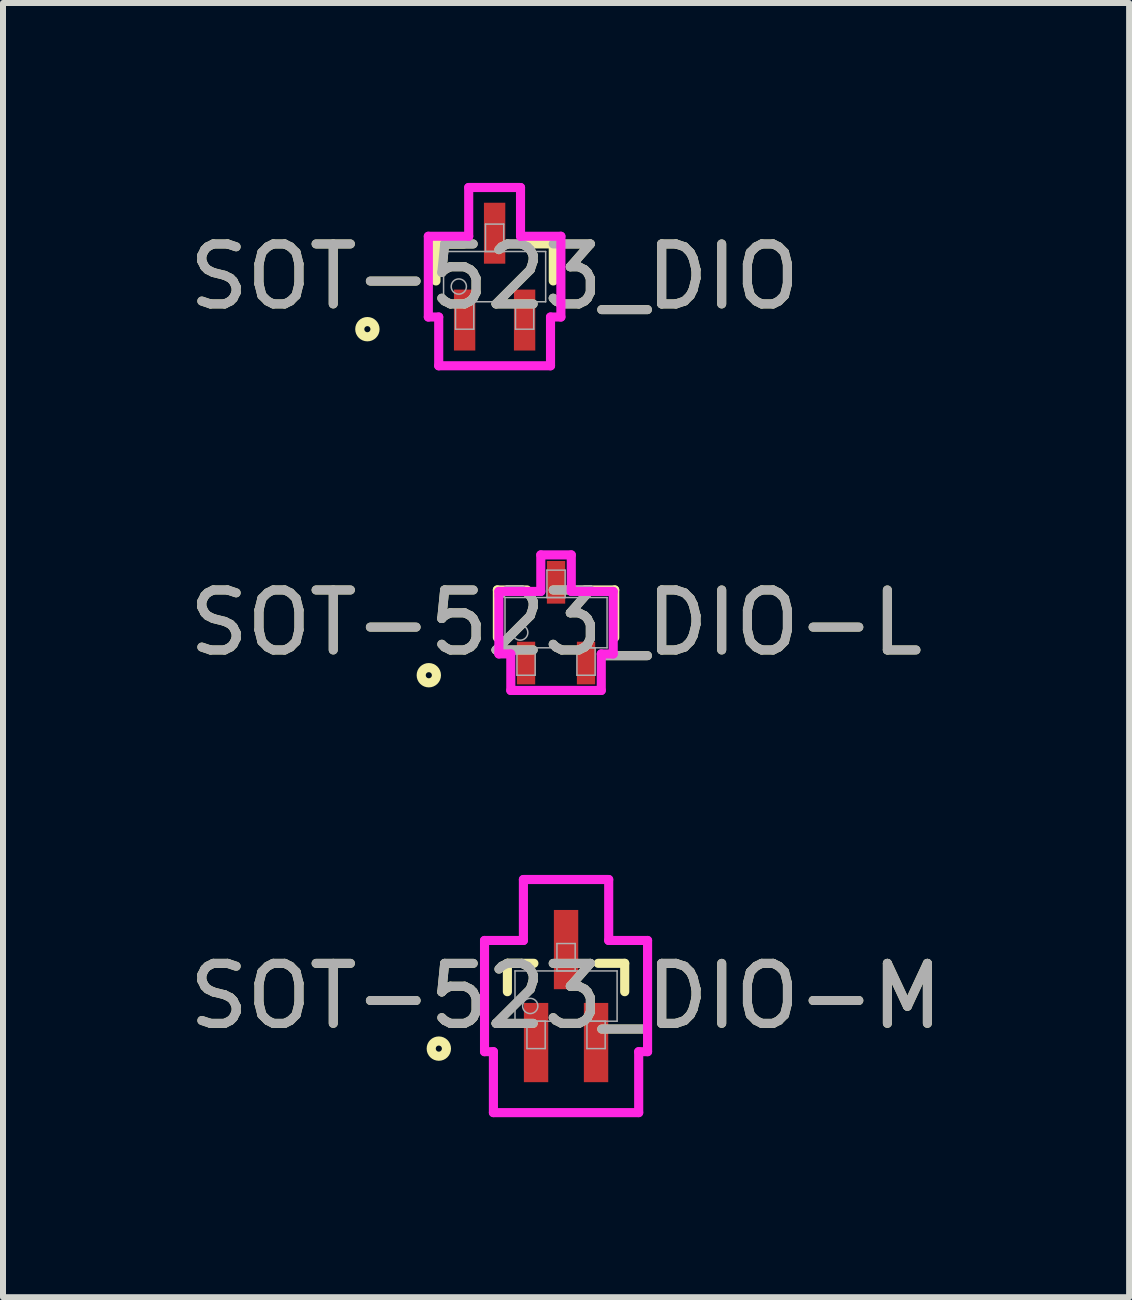
<source format=kicad_pcb>
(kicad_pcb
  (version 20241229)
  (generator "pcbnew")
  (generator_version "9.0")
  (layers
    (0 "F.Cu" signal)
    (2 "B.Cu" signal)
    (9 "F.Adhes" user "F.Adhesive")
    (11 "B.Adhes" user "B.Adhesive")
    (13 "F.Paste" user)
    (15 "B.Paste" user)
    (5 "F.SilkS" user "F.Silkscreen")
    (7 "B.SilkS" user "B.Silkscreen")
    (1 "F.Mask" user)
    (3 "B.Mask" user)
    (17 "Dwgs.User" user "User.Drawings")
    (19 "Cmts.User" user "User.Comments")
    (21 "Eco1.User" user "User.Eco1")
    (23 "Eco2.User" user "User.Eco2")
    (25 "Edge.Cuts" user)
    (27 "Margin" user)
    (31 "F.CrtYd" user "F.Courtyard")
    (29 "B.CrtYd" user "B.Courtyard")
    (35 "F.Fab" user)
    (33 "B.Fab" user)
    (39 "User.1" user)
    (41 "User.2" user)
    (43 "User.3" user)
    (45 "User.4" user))
  (footprint "SOT-523_DIO"
    (layer "F.Cu")
    (at 5.196 1.562)
    (property "Reference" "SOT-523_DIO" (at 0 0 0) (unlocked yes) (layer "F.SilkS") (effects (font (size 1 1) (thickness 0.15))))
    (attr smd)
    (fp_line (start -0.978 -0.546) (end -0.978 0.072) (stroke (width 0.152) (type solid)) (layer "F.SilkS"))
    (fp_line (start -0.511 -0.546) (end -0.978 -0.546) (stroke (width 0.152) (type solid)) (layer "F.SilkS"))
    (fp_line (start 0.978 -0.546) (end 0.511 -0.546) (stroke (width 0.152) (type solid)) (layer "F.SilkS"))
    (fp_line (start 0.978 0.072) (end 0.978 -0.546) (stroke (width 0.152) (type solid)) (layer "F.SilkS"))
    (fp_circle (center -2.121 0.876) (end -1.994 0.876) (stroke (width 0.152) (type solid)) (fill no) (layer "F.SilkS"))
    (fp_line (start -1.105 -0.673) (end -0.432 -0.673) (stroke (width 0.152) (type solid)) (layer "F.CrtYd"))
    (fp_line (start -1.105 0.673) (end -1.105 -0.673) (stroke (width 0.152) (type solid)) (layer "F.CrtYd"))
    (fp_line (start -1.105 0.673) (end -0.932 0.673) (stroke (width 0.152) (type solid)) (layer "F.CrtYd"))
    (fp_line (start -0.932 0.673) (end -0.932 1.486) (stroke (width 0.152) (type solid)) (layer "F.CrtYd"))
    (fp_line (start -0.932 1.486) (end 0.932 1.486) (stroke (width 0.152) (type solid)) (layer "F.CrtYd"))
    (fp_line (start -0.432 -1.486) (end 0.432 -1.486) (stroke (width 0.152) (type solid)) (layer "F.CrtYd"))
    (fp_line (start -0.432 -0.673) (end -0.432 -1.486) (stroke (width 0.152) (type solid)) (layer "F.CrtYd"))
    (fp_line (start 0.432 -0.673) (end 0.432 -1.486) (stroke (width 0.152) (type solid)) (layer "F.CrtYd"))
    (fp_line (start 0.932 0.673) (end 0.932 1.486) (stroke (width 0.152) (type solid)) (layer "F.CrtYd"))
    (fp_line (start 1.105 -0.673) (end 0.432 -0.673) (stroke (width 0.152) (type solid)) (layer "F.CrtYd"))
    (fp_line (start 1.105 -0.673) (end 1.105 0.673) (stroke (width 0.152) (type solid)) (layer "F.CrtYd"))
    (fp_line (start 1.105 0.673) (end 0.932 0.673) (stroke (width 0.152) (type solid)) (layer "F.CrtYd"))
    (fp_line (start -0.851 -0.419) (end -0.851 0.419) (stroke (width 0.025) (type solid)) (layer "F.Fab"))
    (fp_line (start -0.851 0.419) (end 0.851 0.419) (stroke (width 0.025) (type solid)) (layer "F.Fab"))
    (fp_line (start -0.652 0.419) (end -0.652 0.876) (stroke (width 0.025) (type solid)) (layer "F.Fab"))
    (fp_line (start -0.652 0.876) (end -0.348 0.876) (stroke (width 0.025) (type solid)) (layer "F.Fab"))
    (fp_line (start -0.348 0.419) (end -0.652 0.419) (stroke (width 0.025) (type solid)) (layer "F.Fab"))
    (fp_line (start -0.348 0.876) (end -0.348 0.419) (stroke (width 0.025) (type solid)) (layer "F.Fab"))
    (fp_line (start -0.152 -0.876) (end -0.152 -0.419) (stroke (width 0.025) (type solid)) (layer "F.Fab"))
    (fp_line (start -0.152 -0.419) (end 0.152 -0.419) (stroke (width 0.025) (type solid)) (layer "F.Fab"))
    (fp_line (start 0.152 -0.876) (end -0.152 -0.876) (stroke (width 0.025) (type solid)) (layer "F.Fab"))
    (fp_line (start 0.152 -0.419) (end 0.152 -0.876) (stroke (width 0.025) (type solid)) (layer "F.Fab"))
    (fp_line (start 0.348 0.419) (end 0.348 0.876) (stroke (width 0.025) (type solid)) (layer "F.Fab"))
    (fp_line (start 0.348 0.876) (end 0.652 0.876) (stroke (width 0.025) (type solid)) (layer "F.Fab"))
    (fp_line (start 0.652 0.419) (end 0.348 0.419) (stroke (width 0.025) (type solid)) (layer "F.Fab"))
    (fp_line (start 0.652 0.876) (end 0.652 0.419) (stroke (width 0.025) (type solid)) (layer "F.Fab"))
    (fp_line (start 0.851 -0.419) (end -0.851 -0.419) (stroke (width 0.025) (type solid)) (layer "F.Fab"))
    (fp_line (start 0.851 0.419) (end 0.851 -0.419) (stroke (width 0.025) (type solid)) (layer "F.Fab"))
    (fp_circle (center -0.597 0.165) (end -0.47 0.165) (stroke (width 0.025) (type solid)) (fill no) (layer "F.Fab"))
    (fp_text user "${REFERENCE}" (at 0 0 0) (unlocked yes) (layer "F.Fab") (effects (font (size 1 1) (thickness 0.15))))
    (pad "1" smd rect (at -0.5 0.724) (size 0.356 1.016) (layers "F.Cu" "F.Mask" "F.Paste"))
    (pad "2" smd rect (at 0.5 0.724) (size 0.356 1.016) (layers "F.Cu" "F.Mask" "F.Paste"))
    (pad "3" smd rect (at 0 -0.724) (size 0.356 1.016) (layers "F.Cu" "F.Mask" "F.Paste")))
  (footprint "SOT-523_DIO-M"
    (layer "F.Cu")
    (at 6.387 13.556)
    (property "Reference" "SOT-523_DIO-M" (at 0 0 0) (unlocked yes) (layer "F.SilkS") (effects (font (size 1 1) (thickness 0.15))))
    (attr smd)
    (fp_line (start -0.978 -0.546) (end -0.978 -0.073) (stroke (width 0.152) (type solid)) (layer "F.SilkS"))
    (fp_line (start -0.536 -0.546) (end -0.978 -0.546) (stroke (width 0.152) (type solid)) (layer "F.SilkS"))
    (fp_line (start 0.978 -0.546) (end 0.536 -0.546) (stroke (width 0.152) (type solid)) (layer "F.SilkS"))
    (fp_line (start 0.978 -0.073) (end 0.978 -0.546) (stroke (width 0.152) (type solid)) (layer "F.SilkS"))
    (fp_circle (center -2.121 0.876) (end -1.994 0.876) (stroke (width 0.152) (type solid)) (fill no) (layer "F.SilkS"))
    (fp_line (start -1.359 -0.927) (end -0.711 -0.927) (stroke (width 0.152) (type solid)) (layer "F.CrtYd"))
    (fp_line (start -1.359 0.927) (end -1.359 -0.927) (stroke (width 0.152) (type solid)) (layer "F.CrtYd"))
    (fp_line (start -1.359 0.927) (end -1.211 0.927) (stroke (width 0.152) (type solid)) (layer "F.CrtYd"))
    (fp_line (start -1.211 0.927) (end -1.211 1.943) (stroke (width 0.152) (type solid)) (layer "F.CrtYd"))
    (fp_line (start -1.211 1.943) (end 1.211 1.943) (stroke (width 0.152) (type solid)) (layer "F.CrtYd"))
    (fp_line (start -0.711 -1.943) (end 0.711 -1.943) (stroke (width 0.152) (type solid)) (layer "F.CrtYd"))
    (fp_line (start -0.711 -0.927) (end -0.711 -1.943) (stroke (width 0.152) (type solid)) (layer "F.CrtYd"))
    (fp_line (start 0.711 -0.927) (end 0.711 -1.943) (stroke (width 0.152) (type solid)) (layer "F.CrtYd"))
    (fp_line (start 1.211 0.927) (end 1.211 1.943) (stroke (width 0.152) (type solid)) (layer "F.CrtYd"))
    (fp_line (start 1.359 -0.927) (end 0.711 -0.927) (stroke (width 0.152) (type solid)) (layer "F.CrtYd"))
    (fp_line (start 1.359 -0.927) (end 1.359 0.927) (stroke (width 0.152) (type solid)) (layer "F.CrtYd"))
    (fp_line (start 1.359 0.927) (end 1.211 0.927) (stroke (width 0.152) (type solid)) (layer "F.CrtYd"))
    (fp_line (start -0.851 -0.419) (end -0.851 0.419) (stroke (width 0.025) (type solid)) (layer "F.Fab"))
    (fp_line (start -0.851 0.419) (end 0.851 0.419) (stroke (width 0.025) (type solid)) (layer "F.Fab"))
    (fp_line (start -0.652 0.419) (end -0.652 0.876) (stroke (width 0.025) (type solid)) (layer "F.Fab"))
    (fp_line (start -0.652 0.876) (end -0.348 0.876) (stroke (width 0.025) (type solid)) (layer "F.Fab"))
    (fp_line (start -0.348 0.419) (end -0.652 0.419) (stroke (width 0.025) (type solid)) (layer "F.Fab"))
    (fp_line (start -0.348 0.876) (end -0.348 0.419) (stroke (width 0.025) (type solid)) (layer "F.Fab"))
    (fp_line (start -0.152 -0.876) (end -0.152 -0.419) (stroke (width 0.025) (type solid)) (layer "F.Fab"))
    (fp_line (start -0.152 -0.419) (end 0.152 -0.419) (stroke (width 0.025) (type solid)) (layer "F.Fab"))
    (fp_line (start 0.152 -0.876) (end -0.152 -0.876) (stroke (width 0.025) (type solid)) (layer "F.Fab"))
    (fp_line (start 0.152 -0.419) (end 0.152 -0.876) (stroke (width 0.025) (type solid)) (layer "F.Fab"))
    (fp_line (start 0.348 0.419) (end 0.348 0.876) (stroke (width 0.025) (type solid)) (layer "F.Fab"))
    (fp_line (start 0.348 0.876) (end 0.652 0.876) (stroke (width 0.025) (type solid)) (layer "F.Fab"))
    (fp_line (start 0.652 0.419) (end 0.348 0.419) (stroke (width 0.025) (type solid)) (layer "F.Fab"))
    (fp_line (start 0.652 0.876) (end 0.652 0.419) (stroke (width 0.025) (type solid)) (layer "F.Fab"))
    (fp_line (start 0.851 -0.419) (end -0.851 -0.419) (stroke (width 0.025) (type solid)) (layer "F.Fab"))
    (fp_line (start 0.851 0.419) (end 0.851 -0.419) (stroke (width 0.025) (type solid)) (layer "F.Fab"))
    (fp_circle (center -0.597 0.165) (end -0.47 0.165) (stroke (width 0.025) (type solid)) (fill no) (layer "F.Fab"))
    (fp_text user "${REFERENCE}" (at 0 0 0) (unlocked yes) (layer "F.Fab") (effects (font (size 1 1) (thickness 0.15))))
    (pad "1" smd rect (at -0.5 0.775) (size 0.406 1.321) (layers "F.Cu" "F.Mask" "F.Paste"))
    (pad "2" smd rect (at 0.5 0.775) (size 0.406 1.321) (layers "F.Cu" "F.Mask" "F.Paste"))
    (pad "3" smd rect (at 0 -0.775) (size 0.406 1.321) (layers "F.Cu" "F.Mask" "F.Paste")))
  (footprint "SOT-523_DIO-L"
    (layer "F.Cu")
    (at 6.22 7.331)
    (property "Reference" "SOT-523_DIO-L" (at 0 0 0) (unlocked yes) (layer "F.SilkS") (effects (font (size 1 1) (thickness 0.15))))
    (attr smd)
    (fp_line (start -0.978 -0.546) (end -0.978 0.248) (stroke (width 0.152) (type solid)) (layer "F.SilkS"))
    (fp_line (start -0.485 -0.546) (end -0.978 -0.546) (stroke (width 0.152) (type solid)) (layer "F.SilkS"))
    (fp_line (start 0.978 -0.546) (end 0.485 -0.546) (stroke (width 0.152) (type solid)) (layer "F.SilkS"))
    (fp_line (start 0.978 0.248) (end 0.978 -0.546) (stroke (width 0.152) (type solid)) (layer "F.SilkS"))
    (fp_circle (center -2.121 0.876) (end -1.994 0.876) (stroke (width 0.152) (type solid)) (fill no) (layer "F.SilkS"))
    (fp_line (start -0.953 -0.521) (end -0.254 -0.521) (stroke (width 0.152) (type solid)) (layer "F.CrtYd"))
    (fp_line (start -0.953 0.521) (end -0.953 -0.521) (stroke (width 0.152) (type solid)) (layer "F.CrtYd"))
    (fp_line (start -0.953 0.521) (end -0.754 0.521) (stroke (width 0.152) (type solid)) (layer "F.CrtYd"))
    (fp_line (start -0.754 0.521) (end -0.754 1.13) (stroke (width 0.152) (type solid)) (layer "F.CrtYd"))
    (fp_line (start -0.754 1.13) (end 0.754 1.13) (stroke (width 0.152) (type solid)) (layer "F.CrtYd"))
    (fp_line (start -0.254 -1.13) (end 0.254 -1.13) (stroke (width 0.152) (type solid)) (layer "F.CrtYd"))
    (fp_line (start -0.254 -0.521) (end -0.254 -1.13) (stroke (width 0.152) (type solid)) (layer "F.CrtYd"))
    (fp_line (start 0.254 -0.521) (end 0.254 -1.13) (stroke (width 0.152) (type solid)) (layer "F.CrtYd"))
    (fp_line (start 0.754 0.521) (end 0.754 1.13) (stroke (width 0.152) (type solid)) (layer "F.CrtYd"))
    (fp_line (start 0.953 -0.521) (end 0.254 -0.521) (stroke (width 0.152) (type solid)) (layer "F.CrtYd"))
    (fp_line (start 0.953 -0.521) (end 0.953 0.521) (stroke (width 0.152) (type solid)) (layer "F.CrtYd"))
    (fp_line (start 0.953 0.521) (end 0.754 0.521) (stroke (width 0.152) (type solid)) (layer "F.CrtYd"))
    (fp_line (start -0.851 -0.419) (end -0.851 0.419) (stroke (width 0.025) (type solid)) (layer "F.Fab"))
    (fp_line (start -0.851 0.419) (end 0.851 0.419) (stroke (width 0.025) (type solid)) (layer "F.Fab"))
    (fp_line (start -0.652 0.419) (end -0.652 0.876) (stroke (width 0.025) (type solid)) (layer "F.Fab"))
    (fp_line (start -0.652 0.876) (end -0.348 0.876) (stroke (width 0.025) (type solid)) (layer "F.Fab"))
    (fp_line (start -0.348 0.419) (end -0.652 0.419) (stroke (width 0.025) (type solid)) (layer "F.Fab"))
    (fp_line (start -0.348 0.876) (end -0.348 0.419) (stroke (width 0.025) (type solid)) (layer "F.Fab"))
    (fp_line (start -0.152 -0.876) (end -0.152 -0.419) (stroke (width 0.025) (type solid)) (layer "F.Fab"))
    (fp_line (start -0.152 -0.419) (end 0.152 -0.419) (stroke (width 0.025) (type solid)) (layer "F.Fab"))
    (fp_line (start 0.152 -0.876) (end -0.152 -0.876) (stroke (width 0.025) (type solid)) (layer "F.Fab"))
    (fp_line (start 0.152 -0.419) (end 0.152 -0.876) (stroke (width 0.025) (type solid)) (layer "F.Fab"))
    (fp_line (start 0.348 0.419) (end 0.348 0.876) (stroke (width 0.025) (type solid)) (layer "F.Fab"))
    (fp_line (start 0.348 0.876) (end 0.652 0.876) (stroke (width 0.025) (type solid)) (layer "F.Fab"))
    (fp_line (start 0.652 0.419) (end 0.348 0.419) (stroke (width 0.025) (type solid)) (layer "F.Fab"))
    (fp_line (start 0.652 0.876) (end 0.652 0.419) (stroke (width 0.025) (type solid)) (layer "F.Fab"))
    (fp_line (start 0.851 -0.419) (end -0.851 -0.419) (stroke (width 0.025) (type solid)) (layer "F.Fab"))
    (fp_line (start 0.851 0.419) (end 0.851 -0.419) (stroke (width 0.025) (type solid)) (layer "F.Fab"))
    (fp_circle (center -0.597 0.165) (end -0.47 0.165) (stroke (width 0.025) (type solid)) (fill no) (layer "F.Fab"))
    (fp_text user "${REFERENCE}" (at 0 0 0) (unlocked yes) (layer "F.Fab") (effects (font (size 1 1) (thickness 0.15))))
    (pad "1" smd rect (at -0.5 0.673) (size 0.305 0.711) (layers "F.Cu" "F.Mask" "F.Paste"))
    (pad "2" smd rect (at 0.5 0.673) (size 0.305 0.711) (layers "F.Cu" "F.Mask" "F.Paste"))
    (pad "3" smd rect (at 0 -0.673) (size 0.305 0.711) (layers "F.Cu" "F.Mask" "F.Paste")))
  (gr_rect
    (start -3 -3)
    (end 15.774 18.576)
    (stroke (width 0.1) (type default))
    (fill no)
    (layer "Edge.Cuts")))
</source>
